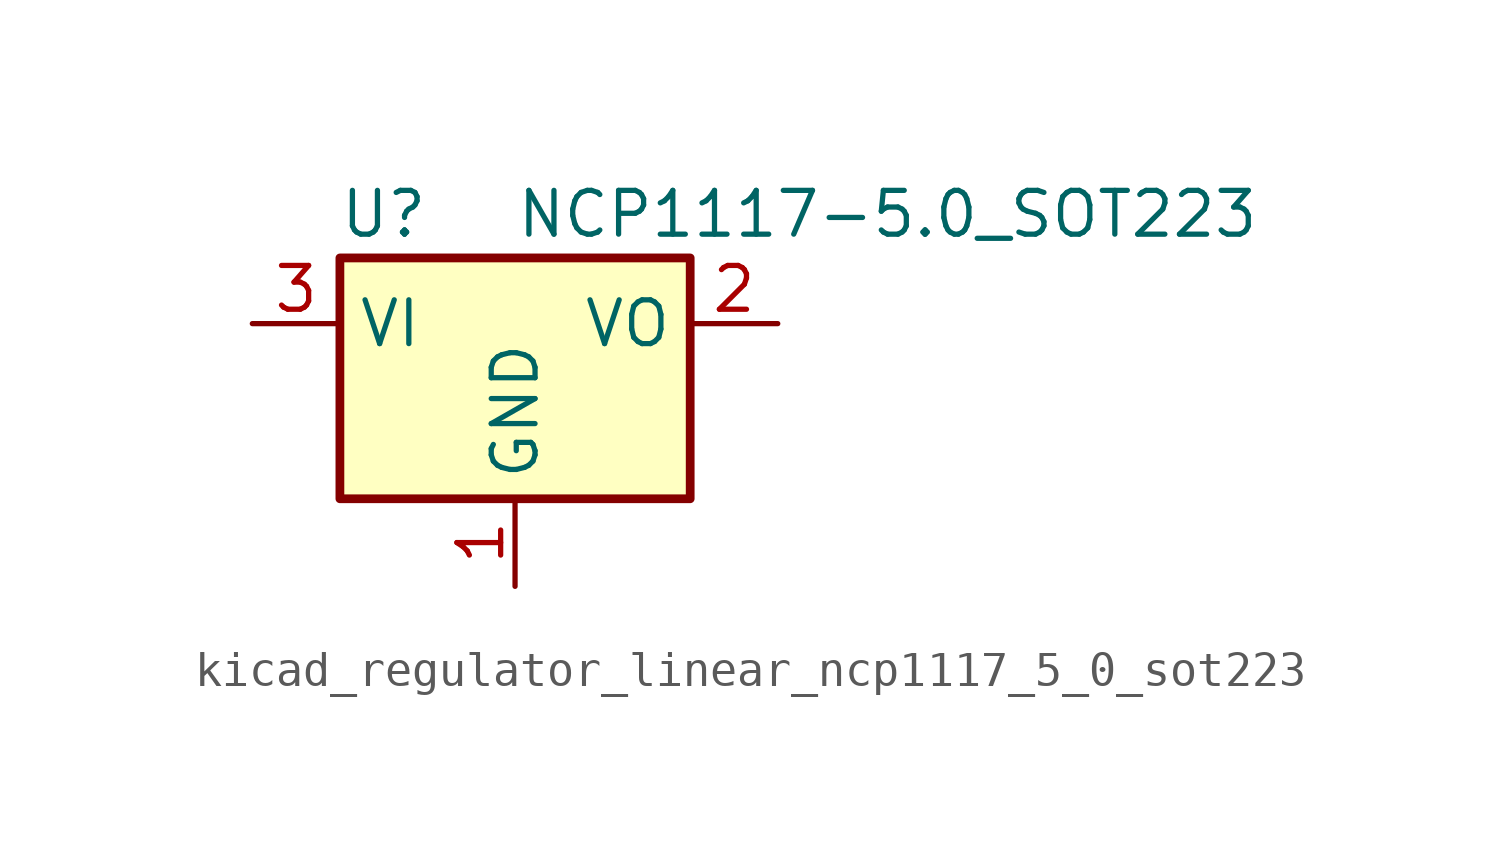
<source format=kicad_sym>
(kicad_symbol_lib
  (version 20220914)
  (generator kicad_symbol_editor)
  (symbol "kicad_regulator_linear_ncp1117_5_0_sot223"
    (property "Reference" "U"
      (at -3.81 3.175 0)
      (effects (font (size 1.27 1.27))))
    (property "Value" "NCP1117-5.0_SOT223"
      (at 0 3.175 0)
      (effects (font (size 1.27 1.27)) (justify left)))
    (symbol "kicad_regulator_linear_ncp1117_5_0_sot223_0_1"
      (rectangle (start -5.08 -5.08) (end 5.08 1.905) (stroke (width 0.254) (type default)) (fill (type background))))
    (symbol "kicad_regulator_linear_ncp1117_5_0_sot223_1_1"
      (pin power_in line (at 0 -7.62 90) (length 2.54) (name "GND" (effects (font (size 1.27 1.27)))) (number "1" (effects (font (size 1.27 1.27)))))
      (pin power_out line (at 7.62 0 180) (length 2.54) (name "VO" (effects (font (size 1.27 1.27)))) (number "2" (effects (font (size 1.27 1.27)))))
      (pin power_in line (at -7.62 0 0) (length 2.54) (name "VI" (effects (font (size 1.27 1.27)))) (number "3" (effects (font (size 1.27 1.27))))))))
</source>
